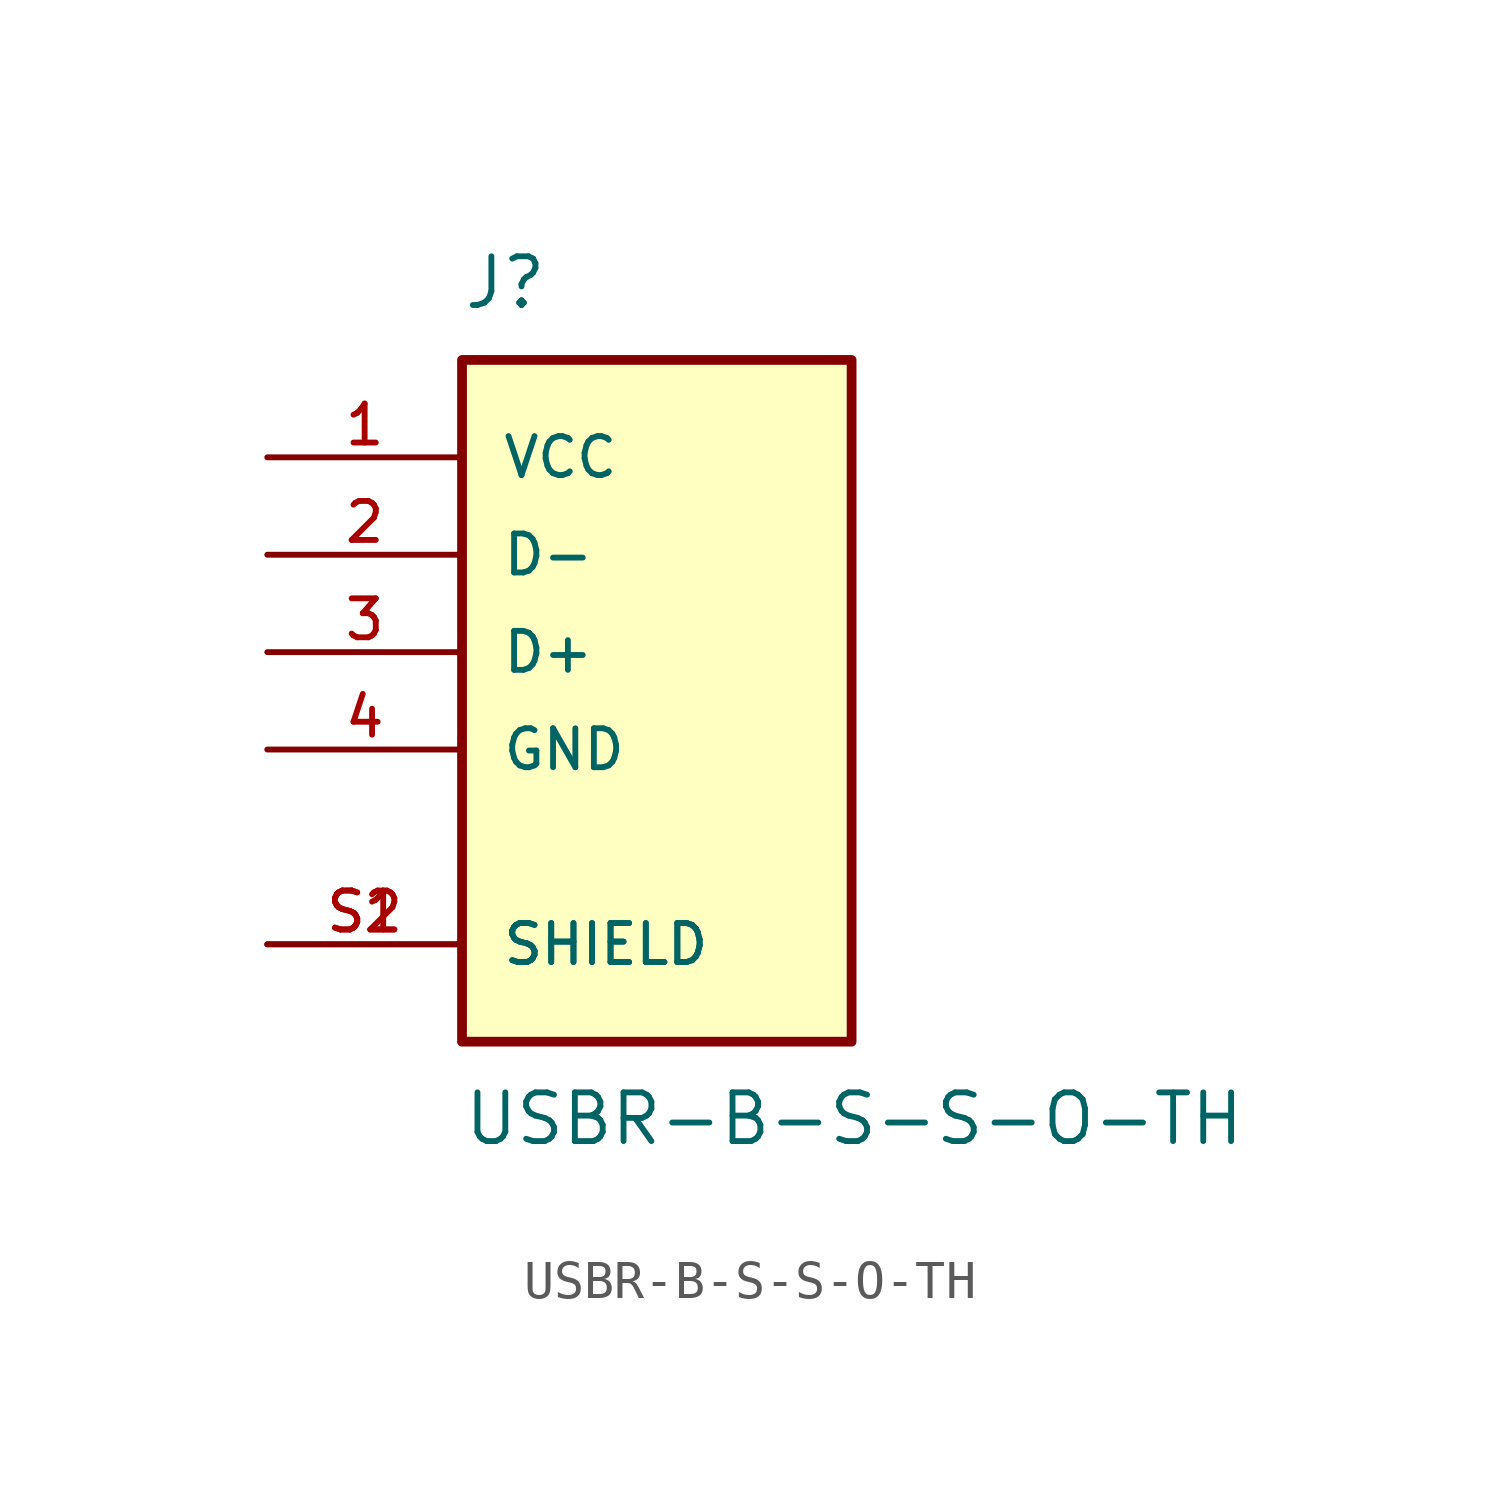
<source format=kicad_sym>
(kicad_symbol_lib
  (version 20211014)
  (generator kicad_symbol_editor)
  (symbol "USBR-B-S-S-O-TH"
    (pin_names
      (offset 1.016))
    (property "Reference" "J"
      (at -5.08 8.89 0)
      (effects (font (size 1.27 1.27)) (justify bottom left)))
    (property "Value" "USBR-B-S-S-O-TH"
      (at -5.08 -11.43 0)
      (effects (font (size 1.27 1.27)) (justify top left)))
    (symbol "USBR-B-S-S-O-TH_0_0"
      (rectangle (start -5.08 -10.16) (end 5.08 7.62) (stroke (width 0.254)) (fill (type background)))
      (pin power_in line (at -10.16 5.08 0) (length 5.08) (name "VCC" (effects (font (size 1.016 1.016)))) (number "1" (effects (font (size 1.016 1.016)))))
      (pin bidirectional line (at -10.16 2.54 0) (length 5.08) (name "D-" (effects (font (size 1.016 1.016)))) (number "2" (effects (font (size 1.016 1.016)))))
      (pin bidirectional line (at -10.16 0.0 0) (length 5.08) (name "D+" (effects (font (size 1.016 1.016)))) (number "3" (effects (font (size 1.016 1.016)))))
      (pin power_in line (at -10.16 -2.54 0) (length 5.08) (name "GND" (effects (font (size 1.016 1.016)))) (number "4" (effects (font (size 1.016 1.016)))))
      (pin passive line (at -10.16 -7.62 0) (length 5.08) (name "SHIELD" (effects (font (size 1.016 1.016)))) (number "S1" (effects (font (size 1.016 1.016)))))
      (pin passive line (at -10.16 -7.62 0) (length 5.08) (name "SHIELD" (effects (font (size 1.016 1.016)))) (number "S2" (effects (font (size 1.016 1.016))))))))
</source>
